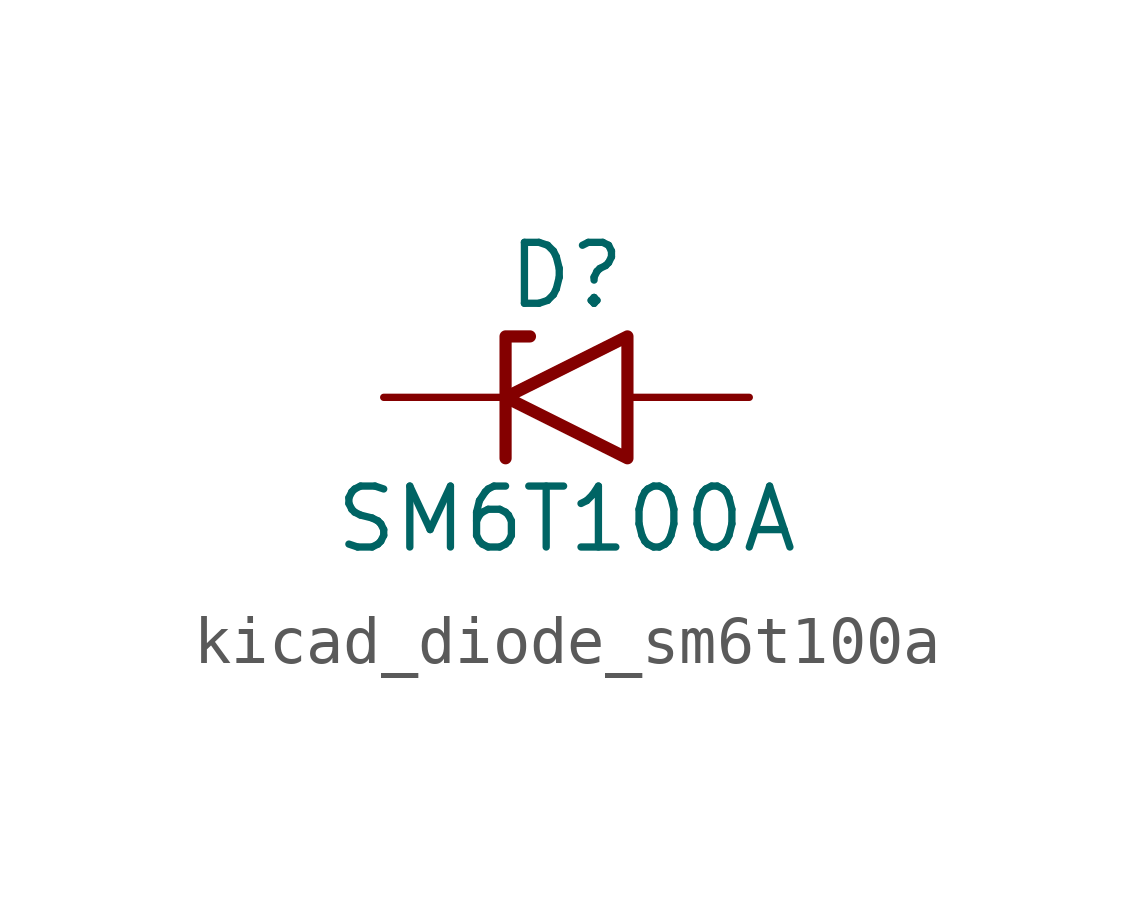
<source format=kicad_sym>
(kicad_symbol_lib
  (version 20220914)
  (generator kicad_symbol_editor)
  (symbol "kicad_diode_sm6t100a"
    (pin_numbers hide)
    (pin_names
      (offset 1.016) hide)
    (property "Reference" "D"
      (at 0 2.54 0)
      (effects (font (size 1.27 1.27))))
    (property "Value" "SM6T100A"
      (at 0 -2.54 0)
      (effects (font (size 1.27 1.27))))
    (symbol "kicad_diode_sm6t100a_0_1"
      (polyline (pts (xy -0.762 1.27) (xy -1.27 1.27) (xy -1.27 -1.27)) (stroke (width 0.254) (type default)) (fill (type none)))
      (polyline (pts (xy 1.27 1.27) (xy 1.27 -1.27) (xy -1.27 0) (xy 1.27 1.27)) (stroke (width 0.254) (type default)) (fill (type none))))
    (symbol "kicad_diode_sm6t100a_1_1"
      (pin passive line (at -3.81 0 0) (length 2.54) (name "A1" (effects (font (size 1.27 1.27)))) (number "1" (effects (font (size 1.27 1.27)))))
      (pin passive line (at 3.81 0 180) (length 2.54) (name "A2" (effects (font (size 1.27 1.27)))) (number "2" (effects (font (size 1.27 1.27))))))))
</source>
